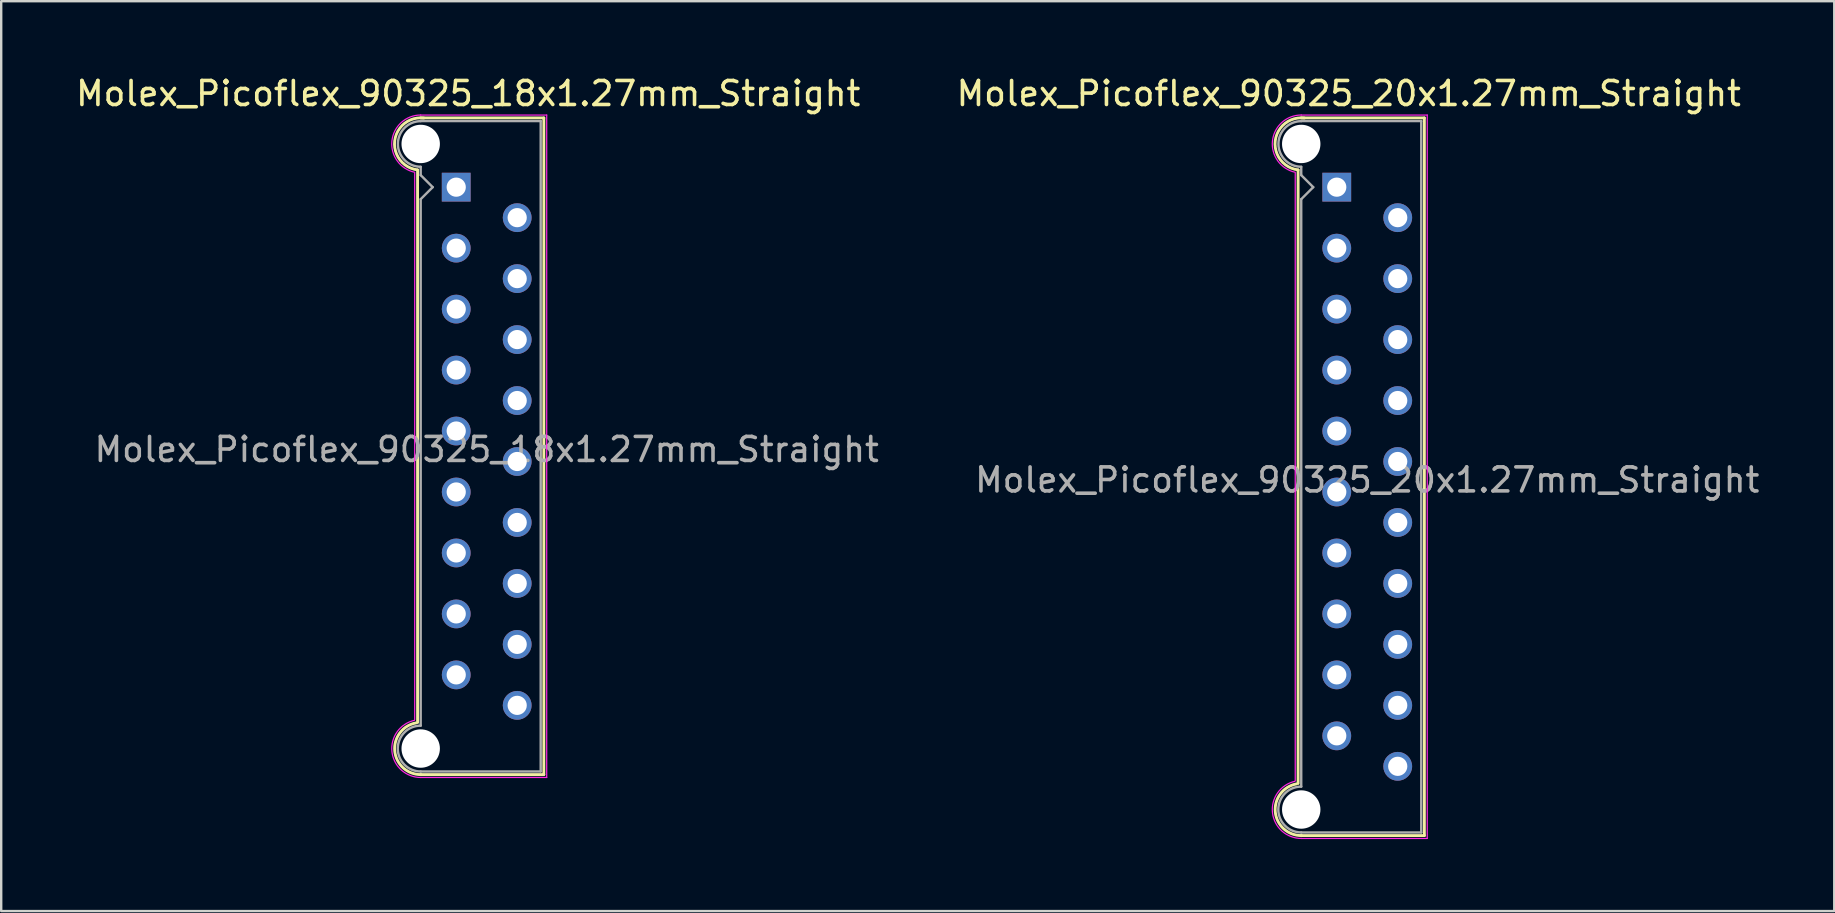
<source format=kicad_pcb>
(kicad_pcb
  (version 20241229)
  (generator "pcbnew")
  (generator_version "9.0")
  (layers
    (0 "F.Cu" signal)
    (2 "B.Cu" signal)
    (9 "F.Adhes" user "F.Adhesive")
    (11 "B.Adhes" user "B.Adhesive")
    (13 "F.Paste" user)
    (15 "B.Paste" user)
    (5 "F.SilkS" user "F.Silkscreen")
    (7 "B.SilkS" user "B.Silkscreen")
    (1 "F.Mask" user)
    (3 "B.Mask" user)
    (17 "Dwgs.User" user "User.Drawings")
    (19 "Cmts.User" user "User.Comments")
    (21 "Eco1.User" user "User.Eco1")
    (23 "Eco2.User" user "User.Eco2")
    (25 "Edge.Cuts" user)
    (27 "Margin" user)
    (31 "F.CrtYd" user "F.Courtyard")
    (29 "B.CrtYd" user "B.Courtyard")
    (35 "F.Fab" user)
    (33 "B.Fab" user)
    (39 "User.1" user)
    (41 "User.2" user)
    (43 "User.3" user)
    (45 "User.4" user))
  (footprint "Molex_Picoflex_90325_18x1.27mm_Straight"
    (layer "F.Cu")
    (at 15.958 4.748)
    (property "Reference" "Molex_Picoflex_90325_18x1.27mm_Straight" (at 0.5 -3.9 0) (layer "F.SilkS") (effects (font (size 1 1) (thickness 0.15))))
    (attr through_hole)
    (fp_line (start -1.61 -0.715) (end -1.61 22.305) (stroke (width 0.12) (type solid)) (layer "F.SilkS"))
    (fp_line (start -1.48 -2.885) (end 3.65 -2.885) (stroke (width 0.12) (type solid)) (layer "F.SilkS"))
    (fp_line (start 3.65 -2.885) (end 3.65 24.475) (stroke (width 0.12) (type solid)) (layer "F.SilkS"))
    (fp_line (start 3.65 24.475) (end -1.48 24.475) (stroke (width 0.12) (type solid)) (layer "F.SilkS"))
    (fp_arc (start -1.61 -0.72) (mid -2.56 -1.93) (end -1.35 -2.88) (stroke (width 0.12) (type solid)) (layer "F.SilkS"))
    (fp_arc (start -1.47 24.475) (mid -2.56 23.494526) (end -1.678256 22.32322) (stroke (width 0.12) (type solid)) (layer "F.SilkS"))
    (fp_line (start -1.73 -0.595) (end -1.73 22.185) (stroke (width 0.05) (type solid)) (layer "F.CrtYd"))
    (fp_line (start -1.48 -3.005) (end 3.77 -3.005) (stroke (width 0.05) (type solid)) (layer "F.CrtYd"))
    (fp_line (start 3.77 -3.005) (end 3.77 24.595) (stroke (width 0.05) (type solid)) (layer "F.CrtYd"))
    (fp_line (start 3.77 24.595) (end -1.48 24.595) (stroke (width 0.05) (type solid)) (layer "F.CrtYd"))
    (fp_arc (start -1.73 -0.62) (mid -2.679668 -1.925287) (end -1.480799 -3.006192) (stroke (width 0.05) (type solid)) (layer "F.CrtYd"))
    (fp_arc (start -1.47 24.595) (mid -2.677354 23.525902) (end -1.740315 22.213411) (stroke (width 0.05) (type solid)) (layer "F.CrtYd"))
    (fp_line (start -1.48 -2.755) (end 3.52 -2.755) (stroke (width 0.1) (type solid)) (layer "F.Fab"))
    (fp_line (start -1.48 -0.845) (end -1.48 -0.5) (stroke (width 0.1) (type solid)) (layer "F.Fab"))
    (fp_line (start -1.48 -0.5) (end -0.98 0) (stroke (width 0.1) (type solid)) (layer "F.Fab"))
    (fp_line (start -1.48 0.5) (end -1.48 22.435) (stroke (width 0.1) (type solid)) (layer "F.Fab"))
    (fp_line (start -0.98 0) (end -1.48 0.5) (stroke (width 0.1) (type solid)) (layer "F.Fab"))
    (fp_line (start 3.52 -2.755) (end 3.52 24.345) (stroke (width 0.1) (type solid)) (layer "F.Fab"))
    (fp_line (start 3.52 24.345) (end -1.48 24.345) (stroke (width 0.1) (type solid)) (layer "F.Fab"))
    (fp_arc (start -1.48 -0.85) (mid -2.43 -1.8) (end -1.48 -2.75) (stroke (width 0.1) (type solid)) (layer "F.Fab"))
    (fp_arc (start -1.48 24.345) (mid -2.435 23.39) (end -1.48 22.435) (stroke (width 0.1) (type solid)) (layer "F.Fab"))
    (fp_text user "${REFERENCE}" (at 1.27 10.93 0) (layer "F.Fab") (effects (font (size 1 1) (thickness 0.15))))
    (pad "" np_thru_hole circle (at -1.48 -1.8) (size 1.6 1.6) (drill 1.6) (layers "*.Cu"))
    (pad "" np_thru_hole circle (at -1.48 23.39) (size 1.6 1.6) (drill 1.6) (layers "*.Cu"))
    (pad "1" thru_hole rect (at 0 0) (size 1.2 1.2) (drill 0.8) (layers "*.Cu" "*.Mask"))
    (pad "2" thru_hole circle (at 2.54 1.27) (size 1.2 1.2) (drill 0.8) (layers "*.Cu" "*.Mask"))
    (pad "3" thru_hole circle (at 0 2.54) (size 1.2 1.2) (drill 0.8) (layers "*.Cu" "*.Mask"))
    (pad "4" thru_hole circle (at 2.54 3.81) (size 1.2 1.2) (drill 0.8) (layers "*.Cu" "*.Mask"))
    (pad "5" thru_hole circle (at 0 5.08) (size 1.2 1.2) (drill 0.8) (layers "*.Cu" "*.Mask"))
    (pad "6" thru_hole circle (at 2.54 6.35) (size 1.2 1.2) (drill 0.8) (layers "*.Cu" "*.Mask"))
    (pad "7" thru_hole circle (at 0 7.62) (size 1.2 1.2) (drill 0.8) (layers "*.Cu" "*.Mask"))
    (pad "8" thru_hole circle (at 2.54 8.89) (size 1.2 1.2) (drill 0.8) (layers "*.Cu" "*.Mask"))
    (pad "9" thru_hole circle (at 0 10.16) (size 1.2 1.2) (drill 0.8) (layers "*.Cu" "*.Mask"))
    (pad "10" thru_hole circle (at 2.54 11.43) (size 1.2 1.2) (drill 0.8) (layers "*.Cu" "*.Mask"))
    (pad "11" thru_hole circle (at 0 12.7) (size 1.2 1.2) (drill 0.8) (layers "*.Cu" "*.Mask"))
    (pad "12" thru_hole circle (at 2.54 13.97) (size 1.2 1.2) (drill 0.8) (layers "*.Cu" "*.Mask"))
    (pad "13" thru_hole circle (at 0 15.24) (size 1.2 1.2) (drill 0.8) (layers "*.Cu" "*.Mask"))
    (pad "14" thru_hole circle (at 2.54 16.51) (size 1.2 1.2) (drill 0.8) (layers "*.Cu" "*.Mask"))
    (pad "15" thru_hole circle (at 0 17.78) (size 1.2 1.2) (drill 0.8) (layers "*.Cu" "*.Mask"))
    (pad "16" thru_hole circle (at 2.54 19.05) (size 1.2 1.2) (drill 0.8) (layers "*.Cu" "*.Mask"))
    (pad "17" thru_hole circle (at 0 20.32) (size 1.2 1.2) (drill 0.8) (layers "*.Cu" "*.Mask"))
    (pad "18" thru_hole circle (at 2.54 21.59) (size 1.2 1.2) (drill 0.8) (layers "*.Cu" "*.Mask")))
  (footprint "Molex_Picoflex_90325_20x1.27mm_Straight"
    (layer "F.Cu")
    (at 52.645 4.748)
    (property "Reference" "Molex_Picoflex_90325_20x1.27mm_Straight" (at 0.5 -3.9 0) (layer "F.SilkS") (effects (font (size 1 1) (thickness 0.15))))
    (attr through_hole)
    (fp_line (start -1.61 -0.715) (end -1.61 24.845) (stroke (width 0.12) (type solid)) (layer "F.SilkS"))
    (fp_line (start -1.48 -2.885) (end 3.65 -2.885) (stroke (width 0.12) (type solid)) (layer "F.SilkS"))
    (fp_line (start 3.65 -2.885) (end 3.65 27.015) (stroke (width 0.12) (type solid)) (layer "F.SilkS"))
    (fp_line (start 3.65 27.015) (end -1.48 27.015) (stroke (width 0.12) (type solid)) (layer "F.SilkS"))
    (fp_arc (start -1.61 -0.72) (mid -2.56 -1.93) (end -1.35 -2.88) (stroke (width 0.12) (type solid)) (layer "F.SilkS"))
    (fp_arc (start -1.47 27.015) (mid -2.56 26.034526) (end -1.678256 24.86322) (stroke (width 0.12) (type solid)) (layer "F.SilkS"))
    (fp_line (start -1.73 -0.595) (end -1.73 24.725) (stroke (width 0.05) (type solid)) (layer "F.CrtYd"))
    (fp_line (start -1.48 -3.005) (end 3.77 -3.005) (stroke (width 0.05) (type solid)) (layer "F.CrtYd"))
    (fp_line (start 3.77 -3.005) (end 3.77 27.135) (stroke (width 0.05) (type solid)) (layer "F.CrtYd"))
    (fp_line (start 3.77 27.135) (end -1.48 27.135) (stroke (width 0.05) (type solid)) (layer "F.CrtYd"))
    (fp_arc (start -1.73 -0.62) (mid -2.679668 -1.925287) (end -1.480799 -3.006192) (stroke (width 0.05) (type solid)) (layer "F.CrtYd"))
    (fp_arc (start -1.47 27.135) (mid -2.677354 26.065902) (end -1.740315 24.753411) (stroke (width 0.05) (type solid)) (layer "F.CrtYd"))
    (fp_line (start -1.48 -2.755) (end 3.52 -2.755) (stroke (width 0.1) (type solid)) (layer "F.Fab"))
    (fp_line (start -1.48 -0.845) (end -1.48 -0.5) (stroke (width 0.1) (type solid)) (layer "F.Fab"))
    (fp_line (start -1.48 -0.5) (end -0.98 0) (stroke (width 0.1) (type solid)) (layer "F.Fab"))
    (fp_line (start -1.48 0.5) (end -1.48 24.975) (stroke (width 0.1) (type solid)) (layer "F.Fab"))
    (fp_line (start -0.98 0) (end -1.48 0.5) (stroke (width 0.1) (type solid)) (layer "F.Fab"))
    (fp_line (start 3.52 -2.755) (end 3.52 26.885) (stroke (width 0.1) (type solid)) (layer "F.Fab"))
    (fp_line (start 3.52 26.885) (end -1.48 26.885) (stroke (width 0.1) (type solid)) (layer "F.Fab"))
    (fp_arc (start -1.48 -0.85) (mid -2.43 -1.8) (end -1.48 -2.75) (stroke (width 0.1) (type solid)) (layer "F.Fab"))
    (fp_arc (start -1.48 26.885) (mid -2.435 25.93) (end -1.48 24.975) (stroke (width 0.1) (type solid)) (layer "F.Fab"))
    (fp_text user "${REFERENCE}" (at 1.27 12.2 0) (layer "F.Fab") (effects (font (size 1 1) (thickness 0.15))))
    (pad "" np_thru_hole circle (at -1.48 -1.8) (size 1.6 1.6) (drill 1.6) (layers "*.Cu"))
    (pad "" np_thru_hole circle (at -1.48 25.93) (size 1.6 1.6) (drill 1.6) (layers "*.Cu"))
    (pad "1" thru_hole rect (at 0 0) (size 1.2 1.2) (drill 0.8) (layers "*.Cu" "*.Mask"))
    (pad "2" thru_hole circle (at 2.54 1.27) (size 1.2 1.2) (drill 0.8) (layers "*.Cu" "*.Mask"))
    (pad "3" thru_hole circle (at 0 2.54) (size 1.2 1.2) (drill 0.8) (layers "*.Cu" "*.Mask"))
    (pad "4" thru_hole circle (at 2.54 3.81) (size 1.2 1.2) (drill 0.8) (layers "*.Cu" "*.Mask"))
    (pad "5" thru_hole circle (at 0 5.08) (size 1.2 1.2) (drill 0.8) (layers "*.Cu" "*.Mask"))
    (pad "6" thru_hole circle (at 2.54 6.35) (size 1.2 1.2) (drill 0.8) (layers "*.Cu" "*.Mask"))
    (pad "7" thru_hole circle (at 0 7.62) (size 1.2 1.2) (drill 0.8) (layers "*.Cu" "*.Mask"))
    (pad "8" thru_hole circle (at 2.54 8.89) (size 1.2 1.2) (drill 0.8) (layers "*.Cu" "*.Mask"))
    (pad "9" thru_hole circle (at 0 10.16) (size 1.2 1.2) (drill 0.8) (layers "*.Cu" "*.Mask"))
    (pad "10" thru_hole circle (at 2.54 11.43) (size 1.2 1.2) (drill 0.8) (layers "*.Cu" "*.Mask"))
    (pad "11" thru_hole circle (at 0 12.7) (size 1.2 1.2) (drill 0.8) (layers "*.Cu" "*.Mask"))
    (pad "12" thru_hole circle (at 2.54 13.97) (size 1.2 1.2) (drill 0.8) (layers "*.Cu" "*.Mask"))
    (pad "13" thru_hole circle (at 0 15.24) (size 1.2 1.2) (drill 0.8) (layers "*.Cu" "*.Mask"))
    (pad "14" thru_hole circle (at 2.54 16.51) (size 1.2 1.2) (drill 0.8) (layers "*.Cu" "*.Mask"))
    (pad "15" thru_hole circle (at 0 17.78) (size 1.2 1.2) (drill 0.8) (layers "*.Cu" "*.Mask"))
    (pad "16" thru_hole circle (at 2.54 19.05) (size 1.2 1.2) (drill 0.8) (layers "*.Cu" "*.Mask"))
    (pad "17" thru_hole circle (at 0 20.32) (size 1.2 1.2) (drill 0.8) (layers "*.Cu" "*.Mask"))
    (pad "18" thru_hole circle (at 2.54 21.59) (size 1.2 1.2) (drill 0.8) (layers "*.Cu" "*.Mask"))
    (pad "19" thru_hole circle (at 0 22.86) (size 1.2 1.2) (drill 0.8) (layers "*.Cu" "*.Mask"))
    (pad "20" thru_hole circle (at 2.54 24.13) (size 1.2 1.2) (drill 0.8) (layers "*.Cu" "*.Mask")))
  (gr_rect
    (start -3 -3)
    (end 73.373 34.908)
    (stroke (width 0.1) (type default))
    (fill no)
    (layer "Edge.Cuts")))
</source>
